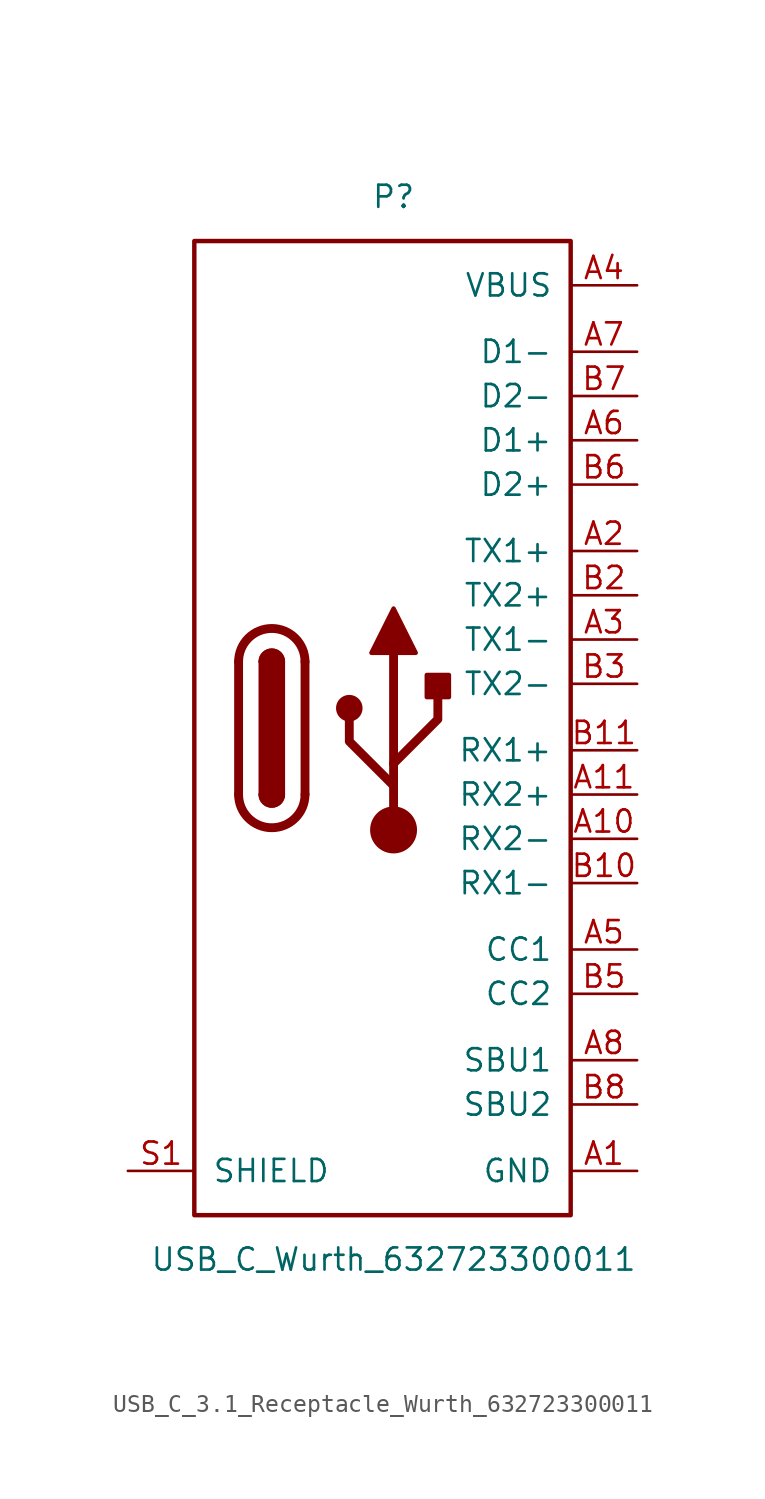
<source format=kicad_sym>
(kicad_symbol_lib
  (version 20220914)
  (generator kicad_symbol_editor)
  (symbol "USB_C_3.1_Receptacle_Wurth_632723300011"
    (pin_names
      (offset 1.016))
    (property "Reference" "P"
      (at 0 30.48 0)
      (effects (font (size 1.27 1.27))))
    (property "Value" "USB_C_Wurth_632723300011"
      (at 0 -30.48 0)
      (effects (font (size 1.27 1.27))))
    (symbol "USB_C_3.1_Receptacle_Wurth_632723300011_0_1"
      (rectangle (start -11.43 27.94) (end 10.16 -27.94) (stroke (width 0.254) (type default)) (fill (type none)))
      (arc (start -8.89 -3.81) (mid -6.985 -5.7067) (end -5.08 -3.81) (stroke (width 0.508) (type default)) (fill (type none)))
      (arc (start -7.62 -3.81) (mid -6.985 -4.4423) (end -6.35 -3.81) (stroke (width 0.254) (type default)) (fill (type none)))
      (arc (start -7.62 -3.81) (mid -6.985 -4.4423) (end -6.35 -3.81) (stroke (width 0.254) (type default)) (fill (type outline)))
      (rectangle (start -7.62 -3.81) (end -6.35 3.81) (stroke (width 0.254) (type default)) (fill (type outline)))
      (arc (start -6.35 3.81) (mid -6.985 4.4423) (end -7.62 3.81) (stroke (width 0.254) (type default)) (fill (type none)))
      (arc (start -6.35 3.81) (mid -6.985 4.4423) (end -7.62 3.81) (stroke (width 0.254) (type default)) (fill (type outline)))
      (arc (start -5.08 3.81) (mid -6.985 5.7067) (end -8.89 3.81) (stroke (width 0.508) (type default)) (fill (type none)))
      (polyline (pts (xy -8.89 -3.81) (xy -8.89 3.81)) (stroke (width 0.508) (type default)) (fill (type none)))
      (polyline (pts (xy -5.08 3.81) (xy -5.08 -3.81)) (stroke (width 0.508) (type default)) (fill (type none))))
    (symbol "USB_C_3.1_Receptacle_Wurth_632723300011_1_1"
      (circle (center -2.54 1.143) (radius 0.635) (stroke (width 0.254) (type default)) (fill (type outline)))
      (circle (center 0 -5.842) (radius 1.27) (stroke (width 0) (type default)) (fill (type outline)))
      (polyline (pts (xy 0 -5.842) (xy 0 4.318)) (stroke (width 0.508) (type default)) (fill (type none)))
      (polyline (pts (xy 0 -3.302) (xy -2.54 -0.762) (xy -2.54 0.508)) (stroke (width 0.508) (type default)) (fill (type none)))
      (polyline (pts (xy 0 -2.032) (xy 2.54 0.508) (xy 2.54 1.778)) (stroke (width 0.508) (type default)) (fill (type none)))
      (polyline (pts (xy -1.27 4.318) (xy 0 6.858) (xy 1.27 4.318) (xy -1.27 4.318)) (stroke (width 0.254) (type default)) (fill (type outline)))
      (rectangle (start 1.905 1.778) (end 3.175 3.048) (stroke (width 0.254) (type default)) (fill (type outline)))
      (pin power_in line (at 13.97 -25.4 180) (length 3.81) (name "GND" (effects (font (size 1.27 1.27)))) (number "A1" (effects (font (size 1.27 1.27)))))
      (pin bidirectional line (at 13.97 -6.35 180) (length 3.81) (name "RX2-" (effects (font (size 1.27 1.27)))) (number "A10" (effects (font (size 1.27 1.27)))))
      (pin bidirectional line (at 13.97 -3.81 180) (length 3.81) (name "RX2+" (effects (font (size 1.27 1.27)))) (number "A11" (effects (font (size 1.27 1.27)))))
      (pin power_in line (at 13.97 -25.4 180) (length 3.81) hide (name "GND" (effects (font (size 1.27 1.27)))) (number "A12" (effects (font (size 1.27 1.27)))))
      (pin bidirectional line (at 13.97 10.16 180) (length 3.81) (name "TX1+" (effects (font (size 1.27 1.27)))) (number "A2" (effects (font (size 1.27 1.27)))))
      (pin bidirectional line (at 13.97 5.08 180) (length 3.81) (name "TX1-" (effects (font (size 1.27 1.27)))) (number "A3" (effects (font (size 1.27 1.27)))))
      (pin power_in line (at 13.97 25.4 180) (length 3.81) (name "VBUS" (effects (font (size 1.27 1.27)))) (number "A4" (effects (font (size 1.27 1.27)))))
      (pin bidirectional line (at 13.97 -12.7 180) (length 3.81) (name "CC1" (effects (font (size 1.27 1.27)))) (number "A5" (effects (font (size 1.27 1.27)))))
      (pin bidirectional line (at 13.97 16.51 180) (length 3.81) (name "D1+" (effects (font (size 1.27 1.27)))) (number "A6" (effects (font (size 1.27 1.27)))))
      (pin bidirectional line (at 13.97 21.59 180) (length 3.81) (name "D1-" (effects (font (size 1.27 1.27)))) (number "A7" (effects (font (size 1.27 1.27)))))
      (pin bidirectional line (at 13.97 -19.05 180) (length 3.81) (name "SBU1" (effects (font (size 1.27 1.27)))) (number "A8" (effects (font (size 1.27 1.27)))))
      (pin power_in line (at 13.97 25.4 180) (length 3.81) hide (name "VBUS" (effects (font (size 1.27 1.27)))) (number "A9" (effects (font (size 1.27 1.27)))))
      (pin power_in line (at 13.97 -25.4 180) (length 3.81) hide (name "GND" (effects (font (size 1.27 1.27)))) (number "B1" (effects (font (size 1.27 1.27)))))
      (pin bidirectional line (at 13.97 -8.89 180) (length 3.81) (name "RX1-" (effects (font (size 1.27 1.27)))) (number "B10" (effects (font (size 1.27 1.27)))))
      (pin bidirectional line (at 13.97 -1.27 180) (length 3.81) (name "RX1+" (effects (font (size 1.27 1.27)))) (number "B11" (effects (font (size 1.27 1.27)))))
      (pin power_in line (at 13.97 -25.4 180) (length 3.81) hide (name "GND" (effects (font (size 1.27 1.27)))) (number "B12" (effects (font (size 1.27 1.27)))))
      (pin bidirectional line (at 13.97 7.62 180) (length 3.81) (name "TX2+" (effects (font (size 1.27 1.27)))) (number "B2" (effects (font (size 1.27 1.27)))))
      (pin bidirectional line (at 13.97 2.54 180) (length 3.81) (name "TX2-" (effects (font (size 1.27 1.27)))) (number "B3" (effects (font (size 1.27 1.27)))))
      (pin power_in line (at 13.97 25.4 180) (length 3.81) hide (name "VBUS" (effects (font (size 1.27 1.27)))) (number "B4" (effects (font (size 1.27 1.27)))))
      (pin bidirectional line (at 13.97 -15.24 180) (length 3.81) (name "CC2" (effects (font (size 1.27 1.27)))) (number "B5" (effects (font (size 1.27 1.27)))))
      (pin bidirectional line (at 13.97 13.97 180) (length 3.81) (name "D2+" (effects (font (size 1.27 1.27)))) (number "B6" (effects (font (size 1.27 1.27)))))
      (pin bidirectional line (at 13.97 19.05 180) (length 3.81) (name "D2-" (effects (font (size 1.27 1.27)))) (number "B7" (effects (font (size 1.27 1.27)))))
      (pin bidirectional line (at 13.97 -21.59 180) (length 3.81) (name "SBU2" (effects (font (size 1.27 1.27)))) (number "B8" (effects (font (size 1.27 1.27)))))
      (pin power_in line (at 13.97 25.4 180) (length 3.81) hide (name "VBUS" (effects (font (size 1.27 1.27)))) (number "B9" (effects (font (size 1.27 1.27)))))
      (pin passive line (at -15.24 -25.4 0) (length 3.81) (name "SHIELD" (effects (font (size 1.27 1.27)))) (number "S1" (effects (font (size 1.27 1.27))))))))
</source>
